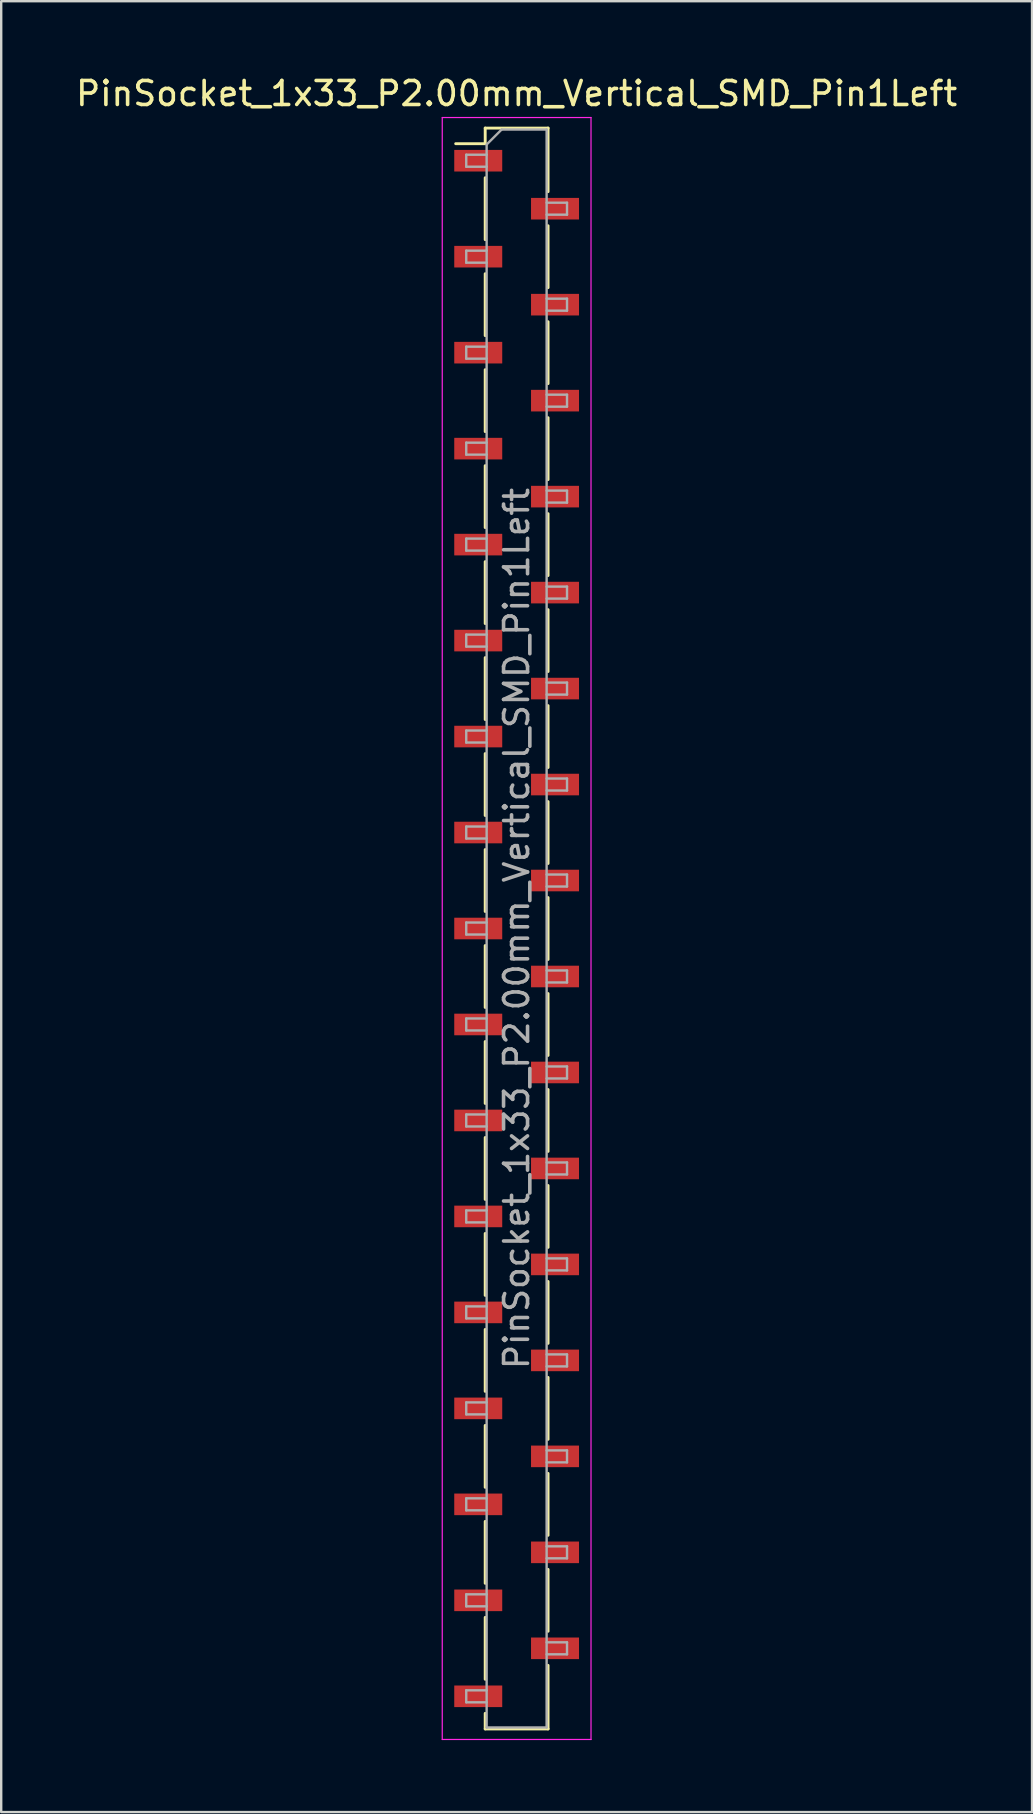
<source format=kicad_pcb>
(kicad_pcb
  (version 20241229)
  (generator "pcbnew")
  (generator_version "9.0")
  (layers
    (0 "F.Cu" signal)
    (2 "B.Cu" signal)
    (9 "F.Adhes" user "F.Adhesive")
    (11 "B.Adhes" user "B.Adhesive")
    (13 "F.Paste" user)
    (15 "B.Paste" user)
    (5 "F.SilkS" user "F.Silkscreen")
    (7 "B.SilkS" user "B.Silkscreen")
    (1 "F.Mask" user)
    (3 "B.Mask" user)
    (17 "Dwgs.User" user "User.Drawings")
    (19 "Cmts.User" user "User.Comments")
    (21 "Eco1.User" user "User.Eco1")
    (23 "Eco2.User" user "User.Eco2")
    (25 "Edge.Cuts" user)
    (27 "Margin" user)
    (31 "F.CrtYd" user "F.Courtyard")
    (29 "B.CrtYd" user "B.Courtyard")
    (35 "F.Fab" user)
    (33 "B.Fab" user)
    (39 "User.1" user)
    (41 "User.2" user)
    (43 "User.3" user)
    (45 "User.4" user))
  (footprint "PinSocket_1x33_P2.00mm_Vertical_SMD_Pin1Left"
    (layer "F.Cu")
    (at 18.482 35.648)
    (property "Reference" "PinSocket_1x33_P2.00mm_Vertical_SMD_Pin1Left" (at 0 -34.8 0) (layer "F.SilkS") (effects (font (size 1 1) (thickness 0.15))))
    (attr smd)
    (fp_line (start -2.54 -32.71) (end -1.31 -32.71) (stroke (width 0.12) (type solid)) (layer "F.SilkS"))
    (fp_line (start -1.31 -33.36) (end -1.31 -32.71) (stroke (width 0.12) (type solid)) (layer "F.SilkS"))
    (fp_line (start -1.31 -33.36) (end 1.31 -33.36) (stroke (width 0.12) (type solid)) (layer "F.SilkS"))
    (fp_line (start -1.31 -31.29) (end -1.31 -28.71) (stroke (width 0.12) (type solid)) (layer "F.SilkS"))
    (fp_line (start -1.31 -27.29) (end -1.31 -24.71) (stroke (width 0.12) (type solid)) (layer "F.SilkS"))
    (fp_line (start -1.31 -23.29) (end -1.31 -20.71) (stroke (width 0.12) (type solid)) (layer "F.SilkS"))
    (fp_line (start -1.31 -19.29) (end -1.31 -16.71) (stroke (width 0.12) (type solid)) (layer "F.SilkS"))
    (fp_line (start -1.31 -15.29) (end -1.31 -12.71) (stroke (width 0.12) (type solid)) (layer "F.SilkS"))
    (fp_line (start -1.31 -11.29) (end -1.31 -8.71) (stroke (width 0.12) (type solid)) (layer "F.SilkS"))
    (fp_line (start -1.31 -7.29) (end -1.31 -4.71) (stroke (width 0.12) (type solid)) (layer "F.SilkS"))
    (fp_line (start -1.31 -3.29) (end -1.31 -0.71) (stroke (width 0.12) (type solid)) (layer "F.SilkS"))
    (fp_line (start -1.31 0.71) (end -1.31 3.29) (stroke (width 0.12) (type solid)) (layer "F.SilkS"))
    (fp_line (start -1.31 4.71) (end -1.31 7.29) (stroke (width 0.12) (type solid)) (layer "F.SilkS"))
    (fp_line (start -1.31 8.71) (end -1.31 11.29) (stroke (width 0.12) (type solid)) (layer "F.SilkS"))
    (fp_line (start -1.31 12.71) (end -1.31 15.29) (stroke (width 0.12) (type solid)) (layer "F.SilkS"))
    (fp_line (start -1.31 16.71) (end -1.31 19.29) (stroke (width 0.12) (type solid)) (layer "F.SilkS"))
    (fp_line (start -1.31 20.71) (end -1.31 23.29) (stroke (width 0.12) (type solid)) (layer "F.SilkS"))
    (fp_line (start -1.31 24.71) (end -1.31 27.29) (stroke (width 0.12) (type solid)) (layer "F.SilkS"))
    (fp_line (start -1.31 28.71) (end -1.31 31.29) (stroke (width 0.12) (type solid)) (layer "F.SilkS"))
    (fp_line (start -1.31 32.71) (end -1.31 33.36) (stroke (width 0.12) (type solid)) (layer "F.SilkS"))
    (fp_line (start -1.31 33.36) (end 1.31 33.36) (stroke (width 0.12) (type solid)) (layer "F.SilkS"))
    (fp_line (start 1.31 -33.36) (end 1.31 -30.71) (stroke (width 0.12) (type solid)) (layer "F.SilkS"))
    (fp_line (start 1.31 -29.29) (end 1.31 -26.71) (stroke (width 0.12) (type solid)) (layer "F.SilkS"))
    (fp_line (start 1.31 -25.29) (end 1.31 -22.71) (stroke (width 0.12) (type solid)) (layer "F.SilkS"))
    (fp_line (start 1.31 -21.29) (end 1.31 -18.71) (stroke (width 0.12) (type solid)) (layer "F.SilkS"))
    (fp_line (start 1.31 -17.29) (end 1.31 -14.71) (stroke (width 0.12) (type solid)) (layer "F.SilkS"))
    (fp_line (start 1.31 -13.29) (end 1.31 -10.71) (stroke (width 0.12) (type solid)) (layer "F.SilkS"))
    (fp_line (start 1.31 -9.29) (end 1.31 -6.71) (stroke (width 0.12) (type solid)) (layer "F.SilkS"))
    (fp_line (start 1.31 -5.29) (end 1.31 -2.71) (stroke (width 0.12) (type solid)) (layer "F.SilkS"))
    (fp_line (start 1.31 -1.29) (end 1.31 1.29) (stroke (width 0.12) (type solid)) (layer "F.SilkS"))
    (fp_line (start 1.31 2.71) (end 1.31 5.29) (stroke (width 0.12) (type solid)) (layer "F.SilkS"))
    (fp_line (start 1.31 6.71) (end 1.31 9.29) (stroke (width 0.12) (type solid)) (layer "F.SilkS"))
    (fp_line (start 1.31 10.71) (end 1.31 13.29) (stroke (width 0.12) (type solid)) (layer "F.SilkS"))
    (fp_line (start 1.31 14.71) (end 1.31 17.29) (stroke (width 0.12) (type solid)) (layer "F.SilkS"))
    (fp_line (start 1.31 18.71) (end 1.31 21.29) (stroke (width 0.12) (type solid)) (layer "F.SilkS"))
    (fp_line (start 1.31 22.71) (end 1.31 25.29) (stroke (width 0.12) (type solid)) (layer "F.SilkS"))
    (fp_line (start 1.31 26.71) (end 1.31 29.29) (stroke (width 0.12) (type solid)) (layer "F.SilkS"))
    (fp_line (start 1.31 30.71) (end 1.31 33.36) (stroke (width 0.12) (type solid)) (layer "F.SilkS"))
    (fp_line (start -3.1 -33.8) (end 3.1 -33.8) (stroke (width 0.05) (type solid)) (layer "F.CrtYd"))
    (fp_line (start -3.1 33.8) (end -3.1 -33.8) (stroke (width 0.05) (type solid)) (layer "F.CrtYd"))
    (fp_line (start 3.1 -33.8) (end 3.1 33.8) (stroke (width 0.05) (type solid)) (layer "F.CrtYd"))
    (fp_line (start 3.1 33.8) (end -3.1 33.8) (stroke (width 0.05) (type solid)) (layer "F.CrtYd"))
    (fp_line (start -2.1 -32.25) (end -1.25 -32.25) (stroke (width 0.1) (type solid)) (layer "F.Fab"))
    (fp_line (start -2.1 -31.75) (end -2.1 -32.25) (stroke (width 0.1) (type solid)) (layer "F.Fab"))
    (fp_line (start -2.1 -28.25) (end -1.25 -28.25) (stroke (width 0.1) (type solid)) (layer "F.Fab"))
    (fp_line (start -2.1 -27.75) (end -2.1 -28.25) (stroke (width 0.1) (type solid)) (layer "F.Fab"))
    (fp_line (start -2.1 -24.25) (end -1.25 -24.25) (stroke (width 0.1) (type solid)) (layer "F.Fab"))
    (fp_line (start -2.1 -23.75) (end -2.1 -24.25) (stroke (width 0.1) (type solid)) (layer "F.Fab"))
    (fp_line (start -2.1 -20.25) (end -1.25 -20.25) (stroke (width 0.1) (type solid)) (layer "F.Fab"))
    (fp_line (start -2.1 -19.75) (end -2.1 -20.25) (stroke (width 0.1) (type solid)) (layer "F.Fab"))
    (fp_line (start -2.1 -16.25) (end -1.25 -16.25) (stroke (width 0.1) (type solid)) (layer "F.Fab"))
    (fp_line (start -2.1 -15.75) (end -2.1 -16.25) (stroke (width 0.1) (type solid)) (layer "F.Fab"))
    (fp_line (start -2.1 -12.25) (end -1.25 -12.25) (stroke (width 0.1) (type solid)) (layer "F.Fab"))
    (fp_line (start -2.1 -11.75) (end -2.1 -12.25) (stroke (width 0.1) (type solid)) (layer "F.Fab"))
    (fp_line (start -2.1 -8.25) (end -1.25 -8.25) (stroke (width 0.1) (type solid)) (layer "F.Fab"))
    (fp_line (start -2.1 -7.75) (end -2.1 -8.25) (stroke (width 0.1) (type solid)) (layer "F.Fab"))
    (fp_line (start -2.1 -4.25) (end -1.25 -4.25) (stroke (width 0.1) (type solid)) (layer "F.Fab"))
    (fp_line (start -2.1 -3.75) (end -2.1 -4.25) (stroke (width 0.1) (type solid)) (layer "F.Fab"))
    (fp_line (start -2.1 -0.25) (end -1.25 -0.25) (stroke (width 0.1) (type solid)) (layer "F.Fab"))
    (fp_line (start -2.1 0.25) (end -2.1 -0.25) (stroke (width 0.1) (type solid)) (layer "F.Fab"))
    (fp_line (start -2.1 3.75) (end -1.25 3.75) (stroke (width 0.1) (type solid)) (layer "F.Fab"))
    (fp_line (start -2.1 4.25) (end -2.1 3.75) (stroke (width 0.1) (type solid)) (layer "F.Fab"))
    (fp_line (start -2.1 7.75) (end -1.25 7.75) (stroke (width 0.1) (type solid)) (layer "F.Fab"))
    (fp_line (start -2.1 8.25) (end -2.1 7.75) (stroke (width 0.1) (type solid)) (layer "F.Fab"))
    (fp_line (start -2.1 11.75) (end -1.25 11.75) (stroke (width 0.1) (type solid)) (layer "F.Fab"))
    (fp_line (start -2.1 12.25) (end -2.1 11.75) (stroke (width 0.1) (type solid)) (layer "F.Fab"))
    (fp_line (start -2.1 15.75) (end -1.25 15.75) (stroke (width 0.1) (type solid)) (layer "F.Fab"))
    (fp_line (start -2.1 16.25) (end -2.1 15.75) (stroke (width 0.1) (type solid)) (layer "F.Fab"))
    (fp_line (start -2.1 19.75) (end -1.25 19.75) (stroke (width 0.1) (type solid)) (layer "F.Fab"))
    (fp_line (start -2.1 20.25) (end -2.1 19.75) (stroke (width 0.1) (type solid)) (layer "F.Fab"))
    (fp_line (start -2.1 23.75) (end -1.25 23.75) (stroke (width 0.1) (type solid)) (layer "F.Fab"))
    (fp_line (start -2.1 24.25) (end -2.1 23.75) (stroke (width 0.1) (type solid)) (layer "F.Fab"))
    (fp_line (start -2.1 27.75) (end -1.25 27.75) (stroke (width 0.1) (type solid)) (layer "F.Fab"))
    (fp_line (start -2.1 28.25) (end -2.1 27.75) (stroke (width 0.1) (type solid)) (layer "F.Fab"))
    (fp_line (start -2.1 31.75) (end -1.25 31.75) (stroke (width 0.1) (type solid)) (layer "F.Fab"))
    (fp_line (start -2.1 32.25) (end -2.1 31.75) (stroke (width 0.1) (type solid)) (layer "F.Fab"))
    (fp_line (start -1.25 -32.675) (end -0.625 -33.3) (stroke (width 0.1) (type solid)) (layer "F.Fab"))
    (fp_line (start -1.25 -31.75) (end -2.1 -31.75) (stroke (width 0.1) (type solid)) (layer "F.Fab"))
    (fp_line (start -1.25 -27.75) (end -2.1 -27.75) (stroke (width 0.1) (type solid)) (layer "F.Fab"))
    (fp_line (start -1.25 -23.75) (end -2.1 -23.75) (stroke (width 0.1) (type solid)) (layer "F.Fab"))
    (fp_line (start -1.25 -19.75) (end -2.1 -19.75) (stroke (width 0.1) (type solid)) (layer "F.Fab"))
    (fp_line (start -1.25 -15.75) (end -2.1 -15.75) (stroke (width 0.1) (type solid)) (layer "F.Fab"))
    (fp_line (start -1.25 -11.75) (end -2.1 -11.75) (stroke (width 0.1) (type solid)) (layer "F.Fab"))
    (fp_line (start -1.25 -7.75) (end -2.1 -7.75) (stroke (width 0.1) (type solid)) (layer "F.Fab"))
    (fp_line (start -1.25 -3.75) (end -2.1 -3.75) (stroke (width 0.1) (type solid)) (layer "F.Fab"))
    (fp_line (start -1.25 0.25) (end -2.1 0.25) (stroke (width 0.1) (type solid)) (layer "F.Fab"))
    (fp_line (start -1.25 4.25) (end -2.1 4.25) (stroke (width 0.1) (type solid)) (layer "F.Fab"))
    (fp_line (start -1.25 8.25) (end -2.1 8.25) (stroke (width 0.1) (type solid)) (layer "F.Fab"))
    (fp_line (start -1.25 12.25) (end -2.1 12.25) (stroke (width 0.1) (type solid)) (layer "F.Fab"))
    (fp_line (start -1.25 16.25) (end -2.1 16.25) (stroke (width 0.1) (type solid)) (layer "F.Fab"))
    (fp_line (start -1.25 20.25) (end -2.1 20.25) (stroke (width 0.1) (type solid)) (layer "F.Fab"))
    (fp_line (start -1.25 24.25) (end -2.1 24.25) (stroke (width 0.1) (type solid)) (layer "F.Fab"))
    (fp_line (start -1.25 28.25) (end -2.1 28.25) (stroke (width 0.1) (type solid)) (layer "F.Fab"))
    (fp_line (start -1.25 32.25) (end -2.1 32.25) (stroke (width 0.1) (type solid)) (layer "F.Fab"))
    (fp_line (start -1.25 33.3) (end -1.25 -32.675) (stroke (width 0.1) (type solid)) (layer "F.Fab"))
    (fp_line (start -0.625 -33.3) (end 1.25 -33.3) (stroke (width 0.1) (type solid)) (layer "F.Fab"))
    (fp_line (start 1.25 -33.3) (end 1.25 33.3) (stroke (width 0.1) (type solid)) (layer "F.Fab"))
    (fp_line (start 1.25 -30.25) (end 2.1 -30.25) (stroke (width 0.1) (type solid)) (layer "F.Fab"))
    (fp_line (start 1.25 -26.25) (end 2.1 -26.25) (stroke (width 0.1) (type solid)) (layer "F.Fab"))
    (fp_line (start 1.25 -22.25) (end 2.1 -22.25) (stroke (width 0.1) (type solid)) (layer "F.Fab"))
    (fp_line (start 1.25 -18.25) (end 2.1 -18.25) (stroke (width 0.1) (type solid)) (layer "F.Fab"))
    (fp_line (start 1.25 -14.25) (end 2.1 -14.25) (stroke (width 0.1) (type solid)) (layer "F.Fab"))
    (fp_line (start 1.25 -10.25) (end 2.1 -10.25) (stroke (width 0.1) (type solid)) (layer "F.Fab"))
    (fp_line (start 1.25 -6.25) (end 2.1 -6.25) (stroke (width 0.1) (type solid)) (layer "F.Fab"))
    (fp_line (start 1.25 -2.25) (end 2.1 -2.25) (stroke (width 0.1) (type solid)) (layer "F.Fab"))
    (fp_line (start 1.25 1.75) (end 2.1 1.75) (stroke (width 0.1) (type solid)) (layer "F.Fab"))
    (fp_line (start 1.25 5.75) (end 2.1 5.75) (stroke (width 0.1) (type solid)) (layer "F.Fab"))
    (fp_line (start 1.25 9.75) (end 2.1 9.75) (stroke (width 0.1) (type solid)) (layer "F.Fab"))
    (fp_line (start 1.25 13.75) (end 2.1 13.75) (stroke (width 0.1) (type solid)) (layer "F.Fab"))
    (fp_line (start 1.25 17.75) (end 2.1 17.75) (stroke (width 0.1) (type solid)) (layer "F.Fab"))
    (fp_line (start 1.25 21.75) (end 2.1 21.75) (stroke (width 0.1) (type solid)) (layer "F.Fab"))
    (fp_line (start 1.25 25.75) (end 2.1 25.75) (stroke (width 0.1) (type solid)) (layer "F.Fab"))
    (fp_line (start 1.25 29.75) (end 2.1 29.75) (stroke (width 0.1) (type solid)) (layer "F.Fab"))
    (fp_line (start 1.25 33.3) (end -1.25 33.3) (stroke (width 0.1) (type solid)) (layer "F.Fab"))
    (fp_line (start 2.1 -30.25) (end 2.1 -29.75) (stroke (width 0.1) (type solid)) (layer "F.Fab"))
    (fp_line (start 2.1 -29.75) (end 1.25 -29.75) (stroke (width 0.1) (type solid)) (layer "F.Fab"))
    (fp_line (start 2.1 -26.25) (end 2.1 -25.75) (stroke (width 0.1) (type solid)) (layer "F.Fab"))
    (fp_line (start 2.1 -25.75) (end 1.25 -25.75) (stroke (width 0.1) (type solid)) (layer "F.Fab"))
    (fp_line (start 2.1 -22.25) (end 2.1 -21.75) (stroke (width 0.1) (type solid)) (layer "F.Fab"))
    (fp_line (start 2.1 -21.75) (end 1.25 -21.75) (stroke (width 0.1) (type solid)) (layer "F.Fab"))
    (fp_line (start 2.1 -18.25) (end 2.1 -17.75) (stroke (width 0.1) (type solid)) (layer "F.Fab"))
    (fp_line (start 2.1 -17.75) (end 1.25 -17.75) (stroke (width 0.1) (type solid)) (layer "F.Fab"))
    (fp_line (start 2.1 -14.25) (end 2.1 -13.75) (stroke (width 0.1) (type solid)) (layer "F.Fab"))
    (fp_line (start 2.1 -13.75) (end 1.25 -13.75) (stroke (width 0.1) (type solid)) (layer "F.Fab"))
    (fp_line (start 2.1 -10.25) (end 2.1 -9.75) (stroke (width 0.1) (type solid)) (layer "F.Fab"))
    (fp_line (start 2.1 -9.75) (end 1.25 -9.75) (stroke (width 0.1) (type solid)) (layer "F.Fab"))
    (fp_line (start 2.1 -6.25) (end 2.1 -5.75) (stroke (width 0.1) (type solid)) (layer "F.Fab"))
    (fp_line (start 2.1 -5.75) (end 1.25 -5.75) (stroke (width 0.1) (type solid)) (layer "F.Fab"))
    (fp_line (start 2.1 -2.25) (end 2.1 -1.75) (stroke (width 0.1) (type solid)) (layer "F.Fab"))
    (fp_line (start 2.1 -1.75) (end 1.25 -1.75) (stroke (width 0.1) (type solid)) (layer "F.Fab"))
    (fp_line (start 2.1 1.75) (end 2.1 2.25) (stroke (width 0.1) (type solid)) (layer "F.Fab"))
    (fp_line (start 2.1 2.25) (end 1.25 2.25) (stroke (width 0.1) (type solid)) (layer "F.Fab"))
    (fp_line (start 2.1 5.75) (end 2.1 6.25) (stroke (width 0.1) (type solid)) (layer "F.Fab"))
    (fp_line (start 2.1 6.25) (end 1.25 6.25) (stroke (width 0.1) (type solid)) (layer "F.Fab"))
    (fp_line (start 2.1 9.75) (end 2.1 10.25) (stroke (width 0.1) (type solid)) (layer "F.Fab"))
    (fp_line (start 2.1 10.25) (end 1.25 10.25) (stroke (width 0.1) (type solid)) (layer "F.Fab"))
    (fp_line (start 2.1 13.75) (end 2.1 14.25) (stroke (width 0.1) (type solid)) (layer "F.Fab"))
    (fp_line (start 2.1 14.25) (end 1.25 14.25) (stroke (width 0.1) (type solid)) (layer "F.Fab"))
    (fp_line (start 2.1 17.75) (end 2.1 18.25) (stroke (width 0.1) (type solid)) (layer "F.Fab"))
    (fp_line (start 2.1 18.25) (end 1.25 18.25) (stroke (width 0.1) (type solid)) (layer "F.Fab"))
    (fp_line (start 2.1 21.75) (end 2.1 22.25) (stroke (width 0.1) (type solid)) (layer "F.Fab"))
    (fp_line (start 2.1 22.25) (end 1.25 22.25) (stroke (width 0.1) (type solid)) (layer "F.Fab"))
    (fp_line (start 2.1 25.75) (end 2.1 26.25) (stroke (width 0.1) (type solid)) (layer "F.Fab"))
    (fp_line (start 2.1 26.25) (end 1.25 26.25) (stroke (width 0.1) (type solid)) (layer "F.Fab"))
    (fp_line (start 2.1 29.75) (end 2.1 30.25) (stroke (width 0.1) (type solid)) (layer "F.Fab"))
    (fp_line (start 2.1 30.25) (end 1.25 30.25) (stroke (width 0.1) (type solid)) (layer "F.Fab"))
    (fp_text user "${REFERENCE}" (at 0 0 90) (layer "F.Fab") (effects (font (size 1 1) (thickness 0.15))))
    (pad "1" smd rect (at -1.6 -32) (size 2 0.9) (layers "F.Cu" "F.Mask" "F.Paste"))
    (pad "2" smd rect (at 1.6 -30) (size 2 0.9) (layers "F.Cu" "F.Mask" "F.Paste"))
    (pad "3" smd rect (at -1.6 -28) (size 2 0.9) (layers "F.Cu" "F.Mask" "F.Paste"))
    (pad "4" smd rect (at 1.6 -26) (size 2 0.9) (layers "F.Cu" "F.Mask" "F.Paste"))
    (pad "5" smd rect (at -1.6 -24) (size 2 0.9) (layers "F.Cu" "F.Mask" "F.Paste"))
    (pad "6" smd rect (at 1.6 -22) (size 2 0.9) (layers "F.Cu" "F.Mask" "F.Paste"))
    (pad "7" smd rect (at -1.6 -20) (size 2 0.9) (layers "F.Cu" "F.Mask" "F.Paste"))
    (pad "8" smd rect (at 1.6 -18) (size 2 0.9) (layers "F.Cu" "F.Mask" "F.Paste"))
    (pad "9" smd rect (at -1.6 -16) (size 2 0.9) (layers "F.Cu" "F.Mask" "F.Paste"))
    (pad "10" smd rect (at 1.6 -14) (size 2 0.9) (layers "F.Cu" "F.Mask" "F.Paste"))
    (pad "11" smd rect (at -1.6 -12) (size 2 0.9) (layers "F.Cu" "F.Mask" "F.Paste"))
    (pad "12" smd rect (at 1.6 -10) (size 2 0.9) (layers "F.Cu" "F.Mask" "F.Paste"))
    (pad "13" smd rect (at -1.6 -8) (size 2 0.9) (layers "F.Cu" "F.Mask" "F.Paste"))
    (pad "14" smd rect (at 1.6 -6) (size 2 0.9) (layers "F.Cu" "F.Mask" "F.Paste"))
    (pad "15" smd rect (at -1.6 -4) (size 2 0.9) (layers "F.Cu" "F.Mask" "F.Paste"))
    (pad "16" smd rect (at 1.6 -2) (size 2 0.9) (layers "F.Cu" "F.Mask" "F.Paste"))
    (pad "17" smd rect (at -1.6 0) (size 2 0.9) (layers "F.Cu" "F.Mask" "F.Paste"))
    (pad "18" smd rect (at 1.6 2) (size 2 0.9) (layers "F.Cu" "F.Mask" "F.Paste"))
    (pad "19" smd rect (at -1.6 4) (size 2 0.9) (layers "F.Cu" "F.Mask" "F.Paste"))
    (pad "20" smd rect (at 1.6 6) (size 2 0.9) (layers "F.Cu" "F.Mask" "F.Paste"))
    (pad "21" smd rect (at -1.6 8) (size 2 0.9) (layers "F.Cu" "F.Mask" "F.Paste"))
    (pad "22" smd rect (at 1.6 10) (size 2 0.9) (layers "F.Cu" "F.Mask" "F.Paste"))
    (pad "23" smd rect (at -1.6 12) (size 2 0.9) (layers "F.Cu" "F.Mask" "F.Paste"))
    (pad "24" smd rect (at 1.6 14) (size 2 0.9) (layers "F.Cu" "F.Mask" "F.Paste"))
    (pad "25" smd rect (at -1.6 16) (size 2 0.9) (layers "F.Cu" "F.Mask" "F.Paste"))
    (pad "26" smd rect (at 1.6 18) (size 2 0.9) (layers "F.Cu" "F.Mask" "F.Paste"))
    (pad "27" smd rect (at -1.6 20) (size 2 0.9) (layers "F.Cu" "F.Mask" "F.Paste"))
    (pad "28" smd rect (at 1.6 22) (size 2 0.9) (layers "F.Cu" "F.Mask" "F.Paste"))
    (pad "29" smd rect (at -1.6 24) (size 2 0.9) (layers "F.Cu" "F.Mask" "F.Paste"))
    (pad "30" smd rect (at 1.6 26) (size 2 0.9) (layers "F.Cu" "F.Mask" "F.Paste"))
    (pad "31" smd rect (at -1.6 28) (size 2 0.9) (layers "F.Cu" "F.Mask" "F.Paste"))
    (pad "32" smd rect (at 1.6 30) (size 2 0.9) (layers "F.Cu" "F.Mask" "F.Paste"))
    (pad "33" smd rect (at -1.6 32) (size 2 0.9) (layers "F.Cu" "F.Mask" "F.Paste")))
  (gr_rect
    (start -3 -3)
    (end 39.964 72.473)
    (stroke (width 0.1) (type default))
    (fill no)
    (layer "Edge.Cuts")))
</source>
